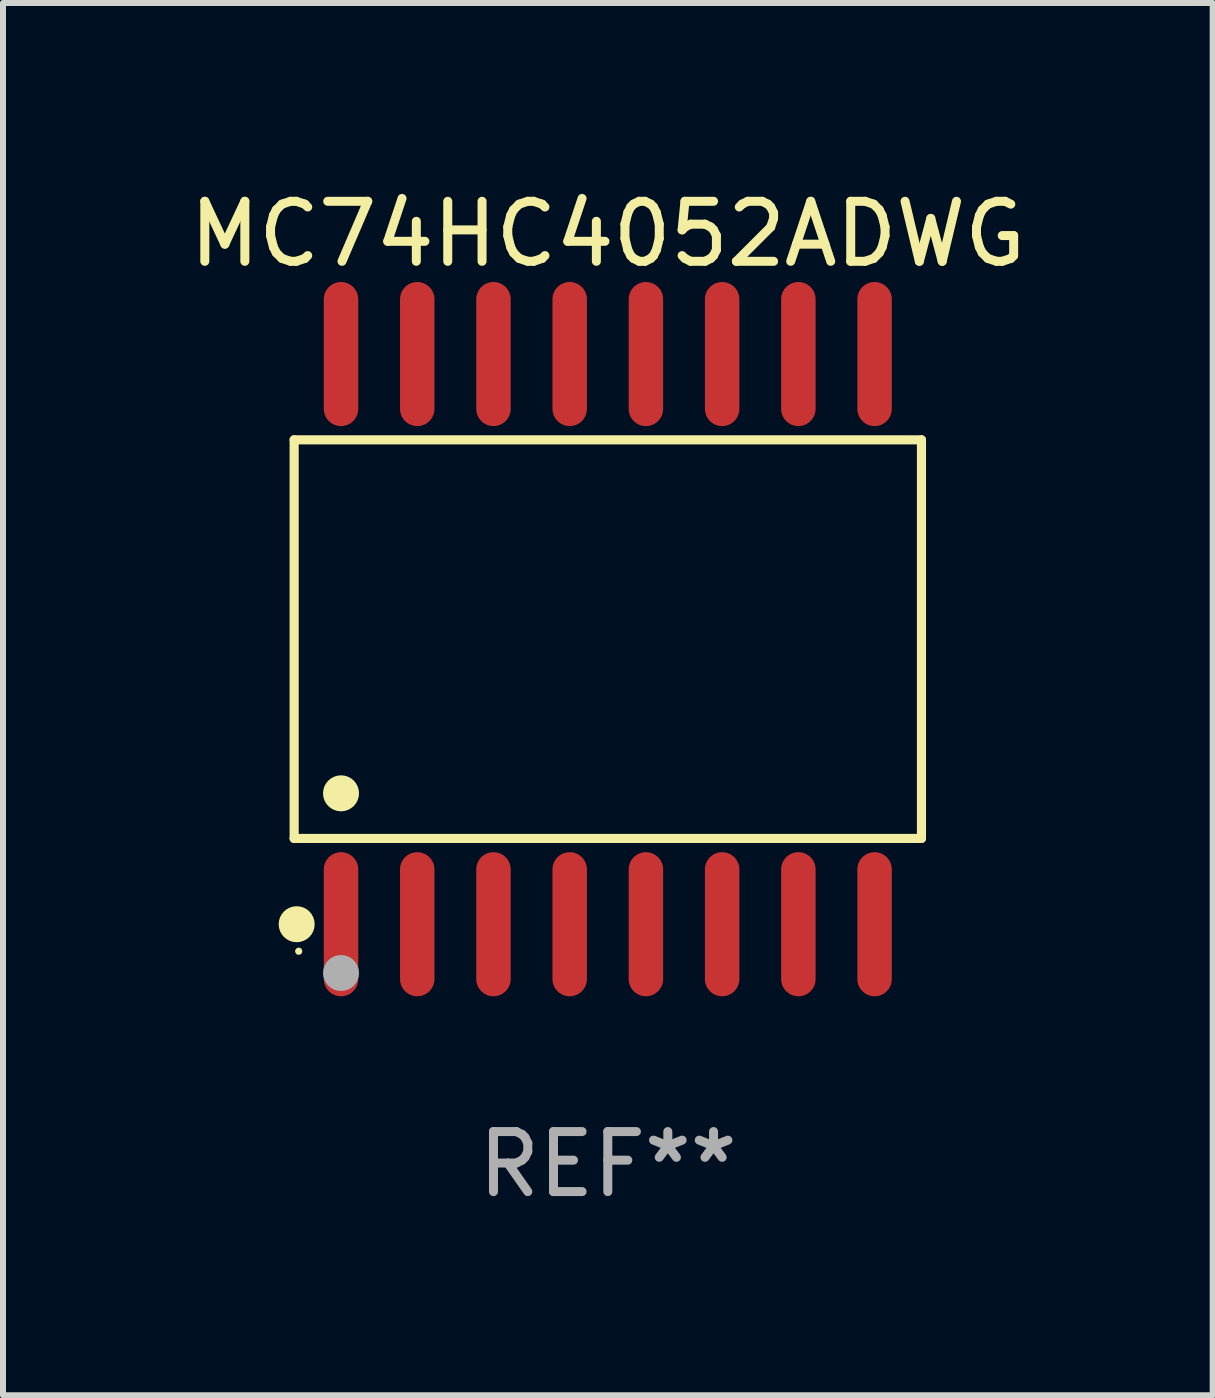
<source format=kicad_pcb>
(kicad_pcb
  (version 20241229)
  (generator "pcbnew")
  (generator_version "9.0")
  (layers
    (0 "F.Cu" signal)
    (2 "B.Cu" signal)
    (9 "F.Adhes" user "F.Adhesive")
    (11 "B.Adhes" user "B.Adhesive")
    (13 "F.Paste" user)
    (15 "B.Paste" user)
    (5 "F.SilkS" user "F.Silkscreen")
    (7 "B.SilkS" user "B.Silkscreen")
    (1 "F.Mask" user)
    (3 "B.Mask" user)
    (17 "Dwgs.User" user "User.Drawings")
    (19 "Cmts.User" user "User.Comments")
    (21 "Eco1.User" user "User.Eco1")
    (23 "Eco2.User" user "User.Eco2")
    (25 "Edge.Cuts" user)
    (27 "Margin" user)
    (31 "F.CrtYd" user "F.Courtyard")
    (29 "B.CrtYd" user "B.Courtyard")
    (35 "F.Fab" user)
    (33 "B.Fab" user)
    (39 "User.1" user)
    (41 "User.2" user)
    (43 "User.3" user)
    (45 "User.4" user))
  (footprint "MC74HC4052ADWG"
    (layer "F.Cu")
    (at 7.077 7.599)
    (property "Reference" "MC74HC4052ADWG" (at 0 -6.75 0) (layer "F.SilkS") (effects (font (size 1 1) (thickness 0.15))))
    (attr through_hole)
    (fp_line (start -5.226 -3.321) (end 5.226 -3.321) (stroke (width 0.152) (type solid)) (layer "F.SilkS"))
    (fp_line (start -5.226 3.321) (end -5.226 -3.321) (stroke (width 0.152) (type solid)) (layer "F.SilkS"))
    (fp_line (start 5.226 -3.321) (end 5.226 3.321) (stroke (width 0.152) (type solid)) (layer "F.SilkS"))
    (fp_line (start 5.226 3.321) (end -5.226 3.321) (stroke (width 0.152) (type solid)) (layer "F.SilkS"))
    (fp_circle (center -5.184 4.75) (end -5.034 4.75) (stroke (width 0.3) (type solid)) (fill no) (layer "F.SilkS"))
    (fp_circle (center -5.15 5.2) (end -5.12 5.2) (stroke (width 0.06) (type solid)) (fill no) (layer "F.SilkS"))
    (fp_circle (center -4.445 2.569) (end -4.295 2.569) (stroke (width 0.3) (type solid)) (fill no) (layer "F.SilkS"))
    (fp_circle (center -4.445 5.563) (end -4.295 5.563) (stroke (width 0.3) (type solid)) (fill no) (layer "F.Fab"))
    (fp_text user "REF**" (at 0 8.75 0) (layer "F.Fab") (effects (font (size 1 1) (thickness 0.15))))
    (pad "1" smd oval (at -4.445 4.75) (size 0.574 2.401) (layers "F.Cu" "F.Mask" "F.Paste"))
    (pad "2" smd oval (at -3.175 4.75) (size 0.574 2.401) (layers "F.Cu" "F.Mask" "F.Paste"))
    (pad "3" smd oval (at -1.905 4.75) (size 0.574 2.401) (layers "F.Cu" "F.Mask" "F.Paste"))
    (pad "4" smd oval (at -0.635 4.75) (size 0.574 2.401) (layers "F.Cu" "F.Mask" "F.Paste"))
    (pad "5" smd oval (at 0.635 4.75) (size 0.574 2.401) (layers "F.Cu" "F.Mask" "F.Paste"))
    (pad "6" smd oval (at 1.905 4.75) (size 0.574 2.401) (layers "F.Cu" "F.Mask" "F.Paste"))
    (pad "7" smd oval (at 3.175 4.75) (size 0.574 2.401) (layers "F.Cu" "F.Mask" "F.Paste"))
    (pad "8" smd oval (at 4.445 4.75) (size 0.574 2.401) (layers "F.Cu" "F.Mask" "F.Paste"))
    (pad "9" smd oval (at 4.445 -4.75) (size 0.574 2.401) (layers "F.Cu" "F.Mask" "F.Paste"))
    (pad "10" smd oval (at 3.175 -4.75) (size 0.574 2.401) (layers "F.Cu" "F.Mask" "F.Paste"))
    (pad "11" smd oval (at 1.905 -4.75) (size 0.574 2.401) (layers "F.Cu" "F.Mask" "F.Paste"))
    (pad "12" smd oval (at 0.635 -4.75) (size 0.574 2.401) (layers "F.Cu" "F.Mask" "F.Paste"))
    (pad "13" smd oval (at -0.635 -4.75) (size 0.574 2.401) (layers "F.Cu" "F.Mask" "F.Paste"))
    (pad "14" smd oval (at -1.905 -4.75) (size 0.574 2.401) (layers "F.Cu" "F.Mask" "F.Paste"))
    (pad "15" smd oval (at -3.175 -4.75) (size 0.574 2.401) (layers "F.Cu" "F.Mask" "F.Paste"))
    (pad "16" smd oval (at -4.445 -4.75) (size 0.574 2.401) (layers "F.Cu" "F.Mask" "F.Paste")))
  (gr_rect
    (start -3 -3)
    (end 17.155 20.197)
    (stroke (width 0.1) (type default))
    (fill no)
    (layer "Edge.Cuts")))
</source>
